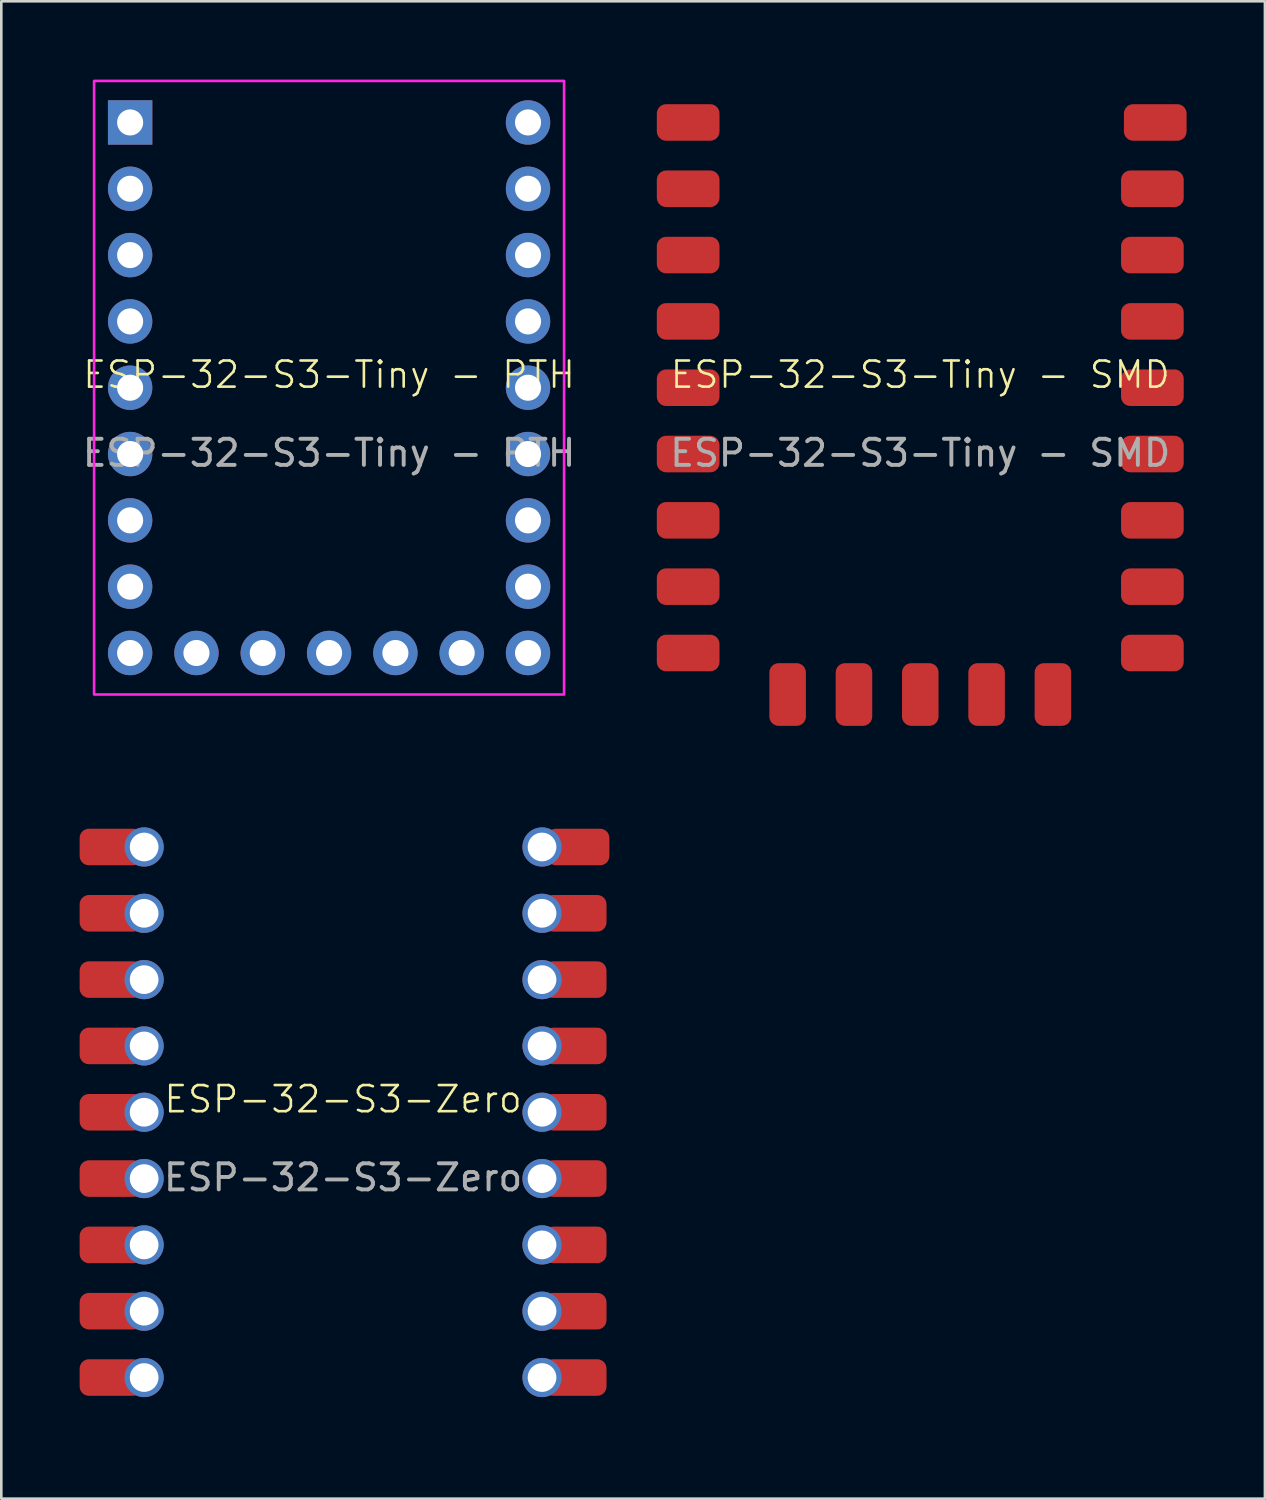
<source format=kicad_pcb>
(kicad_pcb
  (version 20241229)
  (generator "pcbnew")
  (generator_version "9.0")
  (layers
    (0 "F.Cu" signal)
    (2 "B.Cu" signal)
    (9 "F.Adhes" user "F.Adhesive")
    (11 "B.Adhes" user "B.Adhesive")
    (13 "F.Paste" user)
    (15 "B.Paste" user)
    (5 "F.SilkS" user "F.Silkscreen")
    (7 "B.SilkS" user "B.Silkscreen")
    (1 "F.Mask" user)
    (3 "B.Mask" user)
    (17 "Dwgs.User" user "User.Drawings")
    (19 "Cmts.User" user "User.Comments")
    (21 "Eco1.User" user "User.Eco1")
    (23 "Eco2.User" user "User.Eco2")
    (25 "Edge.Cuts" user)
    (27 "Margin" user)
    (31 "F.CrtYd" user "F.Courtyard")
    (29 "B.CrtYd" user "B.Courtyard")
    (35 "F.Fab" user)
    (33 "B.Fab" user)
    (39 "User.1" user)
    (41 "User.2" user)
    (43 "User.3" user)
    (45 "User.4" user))
  (footprint "ESP-32-S3-Tiny - SMD"
    (layer "F.Cu")
    (at 32.197 11.8)
    (property "Reference" "ESP-32-S3-Tiny - SMD" (at 0 -0.5 0) (unlocked yes) (layer "F.SilkS") (effects (font (size 1 1) (thickness 0.1))))
    (attr smd)
    (fp_rect (start -9 -11.75) (end 9 11.75) (stroke (width 0.1) (type solid)) (fill no) (layer "Margin"))
    (fp_text user "${REFERENCE}" (at 0 2.5 0) (unlocked yes) (layer "F.Fab") (effects (font (size 1 1) (thickness 0.15))))
    (pad "1" smd roundrect (at -8.89 -2.54) (size 2.4 1.4) (layers "F.Cu" "F.Mask" "F.Paste") (roundrect_rratio 0.25))
    (pad "2" smd roundrect (at -8.89 0) (size 2.4 1.4) (layers "F.Cu" "F.Mask" "F.Paste") (roundrect_rratio 0.25))
    (pad "3" smd roundrect (at -8.89 2.54) (size 2.4 1.4) (layers "F.Cu" "F.Mask" "F.Paste") (roundrect_rratio 0.25))
    (pad "3V3" smd roundrect (at -8.89 -5.08) (size 2.4 1.4) (layers "F.Cu" "F.Mask" "F.Paste") (roundrect_rratio 0.25))
    (pad "4" smd roundrect (at -8.89 5.08) (size 2.4 1.4) (layers "F.Cu" "F.Mask" "F.Paste") (roundrect_rratio 0.25))
    (pad "5" smd roundrect (at -8.89 7.62) (size 2.4 1.4) (layers "F.Cu" "F.Mask" "F.Paste") (roundrect_rratio 0.25))
    (pad "5V" smd roundrect (at -8.89 -10.16) (size 2.4 1.4) (layers "F.Cu" "F.Mask" "F.Paste") (roundrect_rratio 0.25))
    (pad "6" smd roundrect (at -8.89 10.16) (size 2.4 1.4) (layers "F.Cu" "F.Mask" "F.Paste") (roundrect_rratio 0.25))
    (pad "7" smd roundrect (at -5.08 11.75 90) (size 2.4 1.4) (layers "F.Cu" "F.Mask" "F.Paste") (roundrect_rratio 0.25))
    (pad "8" smd roundrect (at -2.54 11.75 90) (size 2.4 1.4) (layers "F.Cu" "F.Mask" "F.Paste") (roundrect_rratio 0.25))
    (pad "9" smd roundrect (at 0 11.75 90) (size 2.4 1.4) (layers "F.Cu" "F.Mask" "F.Paste") (roundrect_rratio 0.25))
    (pad "10" smd roundrect (at 2.54 11.75 90) (size 2.4 1.4) (layers "F.Cu" "F.Mask" "F.Paste") (roundrect_rratio 0.25))
    (pad "11" smd roundrect (at 5.08 11.75 90) (size 2.4 1.4) (layers "F.Cu" "F.Mask" "F.Paste") (roundrect_rratio 0.25))
    (pad "12" smd roundrect (at 8.89 10.16) (size 2.4 1.4) (layers "F.Cu" "F.Mask" "F.Paste") (roundrect_rratio 0.25))
    (pad "13" smd roundrect (at 8.89 7.62) (size 2.4 1.4) (layers "F.Cu" "F.Mask" "F.Paste") (roundrect_rratio 0.25))
    (pad "14" smd roundrect (at 8.89 5.08) (size 2.4 1.4) (layers "F.Cu" "F.Mask" "F.Paste") (roundrect_rratio 0.25))
    (pad "15" smd roundrect (at 8.89 2.54) (size 2.4 1.4) (layers "F.Cu" "F.Mask" "F.Paste") (roundrect_rratio 0.25))
    (pad "16" smd roundrect (at 8.89 0) (size 2.4 1.4) (layers "F.Cu" "F.Mask" "F.Paste") (roundrect_rratio 0.25))
    (pad "17" smd roundrect (at 8.89 -2.54) (size 2.4 1.4) (layers "F.Cu" "F.Mask" "F.Paste") (roundrect_rratio 0.25))
    (pad "18" smd roundrect (at 8.89 -5.08) (size 2.4 1.4) (layers "F.Cu" "F.Mask" "F.Paste") (roundrect_rratio 0.25))
    (pad "GND" smd roundrect (at -8.89 -7.62) (size 2.4 1.4) (layers "F.Cu" "F.Mask" "F.Paste") (roundrect_rratio 0.25))
    (pad "RX" smd roundrect (at 8.89 -7.62) (size 2.4 1.4) (layers "F.Cu" "F.Mask" "F.Paste") (roundrect_rratio 0.25))
    (pad "TX" smd roundrect (at 9 -10.16) (size 2.4 1.4) (layers "F.Cu" "F.Mask" "F.Paste") (roundrect_rratio 0.25))
    (zone (net_name "") (layer "F.Cu") (hatch edge 0.5) (connect_pads) (min_thickness 0.25) (filled_areas_thickness no) (keepout (tracks not_allowed) (vias not_allowed) (pads not_allowed) (copperpour allowed) (footprints allowed)) (placement (enabled no)) (fill) (polygon (pts (xy 28.387 19.42) (xy 28.387 5.45) (xy 25.847 5.45) (xy 25.847 19.42))))
    (zone (net_name "") (layer "F.Cu") (hatch edge 0.5) (connect_pads) (min_thickness 0.25) (filled_areas_thickness no) (keepout (tracks not_allowed) (vias not_allowed) (pads not_allowed) (copperpour allowed) (footprints allowed)) (placement (enabled no)) (fill) (polygon (pts (xy 38.547 19.42) (xy 38.547 5.45) (xy 36.007 5.45) (xy 36.007 19.42)))))
  (footprint "ESP-32-S3-Zero"
    (layer "F.Cu")
    (at 10.09 39.55)
    (property "Reference" "ESP-32-S3-Zero" (at 0 -0.5 0) (unlocked yes) (layer "F.SilkS") (effects (font (size 1 1) (thickness 0.1))))
    (attr smd)
    (fp_rect (start -9 -11.75) (end 9 11.75) (stroke (width 0.1) (type solid)) (fill no) (layer "Margin"))
    (fp_text user "${REFERENCE}" (at 0 2.5 0) (unlocked yes) (layer "F.Fab") (effects (font (size 1 1) (thickness 0.15))))
    (pad "1" smd roundrect (at -8.89 -2.54) (size 2.4 1.4) (layers "F.Cu" "F.Mask" "F.Paste") (roundrect_rratio 0.25))
    (pad "1" thru_hole circle (at -7.62 -2.54) (size 1.5 1.5) (drill 1.1) (layers "*.Cu" "*.Mask"))
    (pad "2" smd roundrect (at -8.89 0) (size 2.4 1.4) (layers "F.Cu" "F.Mask" "F.Paste") (roundrect_rratio 0.25))
    (pad "2" thru_hole circle (at -7.62 0) (size 1.5 1.5) (drill 1.1) (layers "*.Cu" "*.Mask"))
    (pad "3" smd roundrect (at -8.89 2.54) (size 2.4 1.4) (layers "F.Cu" "F.Mask" "F.Paste") (roundrect_rratio 0.25))
    (pad "3" thru_hole circle (at -7.62 2.54) (size 1.5 1.5) (drill 1.1) (layers "*.Cu" "*.Mask"))
    (pad "3V3" smd roundrect (at -8.89 -5.08) (size 2.4 1.4) (layers "F.Cu" "F.Mask" "F.Paste") (roundrect_rratio 0.25))
    (pad "3V3" thru_hole circle (at -7.62 -5.08) (size 1.5 1.5) (drill 1.1) (layers "*.Cu" "*.Mask"))
    (pad "4" smd roundrect (at -8.89 5.08) (size 2.4 1.4) (layers "F.Cu" "F.Mask" "F.Paste") (roundrect_rratio 0.25))
    (pad "4" thru_hole circle (at -7.62 5.08) (size 1.5 1.5) (drill 1.1) (layers "*.Cu" "*.Mask"))
    (pad "5" smd roundrect (at -8.89 7.62) (size 2.4 1.4) (layers "F.Cu" "F.Mask" "F.Paste") (roundrect_rratio 0.25))
    (pad "5" thru_hole circle (at -7.62 7.62) (size 1.5 1.5) (drill 1.1) (layers "*.Cu" "*.Mask"))
    (pad "5V" smd roundrect (at -8.89 -10.16) (size 2.4 1.4) (layers "F.Cu" "F.Mask" "F.Paste") (roundrect_rratio 0.25))
    (pad "5V" thru_hole circle (at -7.62 -10.16) (size 1.5 1.5) (drill 1.1) (layers "*.Cu" "*.Mask"))
    (pad "6" smd roundrect (at -8.89 10.16) (size 2.4 1.4) (layers "F.Cu" "F.Mask" "F.Paste") (roundrect_rratio 0.25))
    (pad "6" thru_hole circle (at -7.62 10.16) (size 1.5 1.5) (drill 1.1) (layers "*.Cu" "*.Mask"))
    (pad "7" thru_hole circle (at 7.62 10.16) (size 1.5 1.5) (drill 1.1) (layers "*.Cu" "*.Mask"))
    (pad "7" smd roundrect (at 8.89 10.16) (size 2.4 1.4) (layers "F.Cu" "F.Mask" "F.Paste") (roundrect_rratio 0.25))
    (pad "8" thru_hole circle (at 7.62 7.62) (size 1.5 1.5) (drill 1.1) (layers "*.Cu" "*.Mask"))
    (pad "8" smd roundrect (at 8.89 7.62) (size 2.4 1.4) (layers "F.Cu" "F.Mask" "F.Paste") (roundrect_rratio 0.25))
    (pad "9" thru_hole circle (at 7.62 5.08) (size 1.5 1.5) (drill 1.1) (layers "*.Cu" "*.Mask"))
    (pad "9" smd roundrect (at 8.89 5.08) (size 2.4 1.4) (layers "F.Cu" "F.Mask" "F.Paste") (roundrect_rratio 0.25))
    (pad "10" thru_hole circle (at 7.62 2.54) (size 1.5 1.5) (drill 1.1) (layers "*.Cu" "*.Mask"))
    (pad "10" smd roundrect (at 8.89 2.54) (size 2.4 1.4) (layers "F.Cu" "F.Mask" "F.Paste") (roundrect_rratio 0.25))
    (pad "11" thru_hole circle (at 7.62 0) (size 1.5 1.5) (drill 1.1) (layers "*.Cu" "*.Mask"))
    (pad "11" smd roundrect (at 8.89 0) (size 2.4 1.4) (layers "F.Cu" "F.Mask" "F.Paste") (roundrect_rratio 0.25))
    (pad "12" thru_hole circle (at 7.62 -2.54) (size 1.5 1.5) (drill 1.1) (layers "*.Cu" "*.Mask"))
    (pad "12" smd roundrect (at 8.89 -2.54) (size 2.4 1.4) (layers "F.Cu" "F.Mask" "F.Paste") (roundrect_rratio 0.25))
    (pad "13" thru_hole circle (at 7.62 -5.08) (size 1.5 1.5) (drill 1.1) (layers "*.Cu" "*.Mask"))
    (pad "13" smd roundrect (at 8.89 -5.08) (size 2.4 1.4) (layers "F.Cu" "F.Mask" "F.Paste") (roundrect_rratio 0.25))
    (pad "GND" smd roundrect (at -8.89 -7.62) (size 2.4 1.4) (layers "F.Cu" "F.Mask" "F.Paste") (roundrect_rratio 0.25))
    (pad "GND" thru_hole circle (at -7.62 -7.62) (size 1.5 1.5) (drill 1.1) (layers "*.Cu" "*.Mask"))
    (pad "RX" thru_hole circle (at 7.62 -7.62) (size 1.5 1.5) (drill 1.1) (layers "*.Cu" "*.Mask"))
    (pad "RX" smd roundrect (at 8.89 -7.62) (size 2.4 1.4) (layers "F.Cu" "F.Mask" "F.Paste") (roundrect_rratio 0.25))
    (pad "TX" thru_hole circle (at 7.62 -10.16) (size 1.5 1.5) (drill 1.1) (layers "*.Cu" "*.Mask"))
    (pad "TX" smd roundrect (at 9 -10.16) (size 2.4 1.4) (layers "F.Cu" "F.Mask" "F.Paste") (roundrect_rratio 0.25)))
  (footprint "ESP-32-S3-Tiny - PTH"
    (layer "F.Cu")
    (at 9.554 11.8)
    (property "Reference" "ESP-32-S3-Tiny - PTH" (at 0 -0.5 0) (unlocked yes) (layer "F.SilkS") (effects (font (size 1 1) (thickness 0.1))))
    (attr smd)
    (fp_rect (start -9 -11.75) (end 9 11.75) (stroke (width 0.1) (type solid)) (fill no) (layer "F.CrtYd"))
    (fp_text user "${REFERENCE}" (at 0 2.5 0) (unlocked yes) (layer "F.Fab") (effects (font (size 1 1) (thickness 0.15))))
    (pad "1" thru_hole circle (at -7.62 -2.54) (size 1.7 1.7) (drill 1) (layers "*.Cu" "*.Mask"))
    (pad "2" thru_hole circle (at -7.62 0) (size 1.7 1.7) (drill 1) (layers "*.Cu" "*.Mask"))
    (pad "3" thru_hole circle (at -7.62 2.54) (size 1.7 1.7) (drill 1) (layers "*.Cu" "*.Mask"))
    (pad "3V3" thru_hole circle (at -7.62 -5.08) (size 1.7 1.7) (drill 1) (layers "*.Cu" "*.Mask"))
    (pad "4" thru_hole circle (at -7.62 5.08) (size 1.7 1.7) (drill 1) (layers "*.Cu" "*.Mask"))
    (pad "5" thru_hole circle (at -7.62 7.62) (size 1.7 1.7) (drill 1) (layers "*.Cu" "*.Mask"))
    (pad "5V" thru_hole rect (at -7.62 -10.16) (size 1.7 1.7) (drill 1) (layers "*.Cu" "*.Mask"))
    (pad "6" thru_hole circle (at -7.62 10.16) (size 1.7 1.7) (drill 1) (layers "*.Cu" "*.Mask"))
    (pad "7" thru_hole circle (at -5.08 10.16) (size 1.7 1.7) (drill 1) (layers "*.Cu" "*.Mask"))
    (pad "8" thru_hole circle (at -2.54 10.16) (size 1.7 1.7) (drill 1) (layers "*.Cu" "*.Mask"))
    (pad "9" thru_hole circle (at 0 10.16) (size 1.7 1.7) (drill 1) (layers "*.Cu" "*.Mask"))
    (pad "10" thru_hole circle (at 2.54 10.16) (size 1.7 1.7) (drill 1) (layers "*.Cu" "*.Mask"))
    (pad "11" thru_hole circle (at 5.08 10.16) (size 1.7 1.7) (drill 1) (layers "*.Cu" "*.Mask"))
    (pad "12" thru_hole circle (at 7.62 10.16) (size 1.7 1.7) (drill 1) (layers "*.Cu" "*.Mask"))
    (pad "13" thru_hole circle (at 7.62 7.62) (size 1.7 1.7) (drill 1) (layers "*.Cu" "*.Mask"))
    (pad "14" thru_hole circle (at 7.62 5.08) (size 1.7 1.7) (drill 1) (layers "*.Cu" "*.Mask"))
    (pad "15" thru_hole circle (at 7.62 2.54) (size 1.7 1.7) (drill 1) (layers "*.Cu" "*.Mask"))
    (pad "16" thru_hole circle (at 7.62 0) (size 1.7 1.7) (drill 1) (layers "*.Cu" "*.Mask"))
    (pad "17" thru_hole circle (at 7.62 -2.54) (size 1.7 1.7) (drill 1) (layers "*.Cu" "*.Mask"))
    (pad "18" thru_hole circle (at 7.62 -5.08) (size 1.7 1.7) (drill 1) (layers "*.Cu" "*.Mask"))
    (pad "GND" thru_hole circle (at -7.62 -7.62) (size 1.7 1.7) (drill 1) (layers "*.Cu" "*.Mask"))
    (pad "RX" thru_hole circle (at 7.62 -7.62) (size 1.7 1.7) (drill 1) (layers "*.Cu" "*.Mask"))
    (pad "TX" thru_hole circle (at 7.62 -10.16) (size 1.7 1.7) (drill 1) (layers "*.Cu" "*.Mask")))
  (gr_rect
    (start -3 -3)
    (end 45.397 54.35)
    (stroke (width 0.1) (type default))
    (fill no)
    (layer "Edge.Cuts")))
</source>
